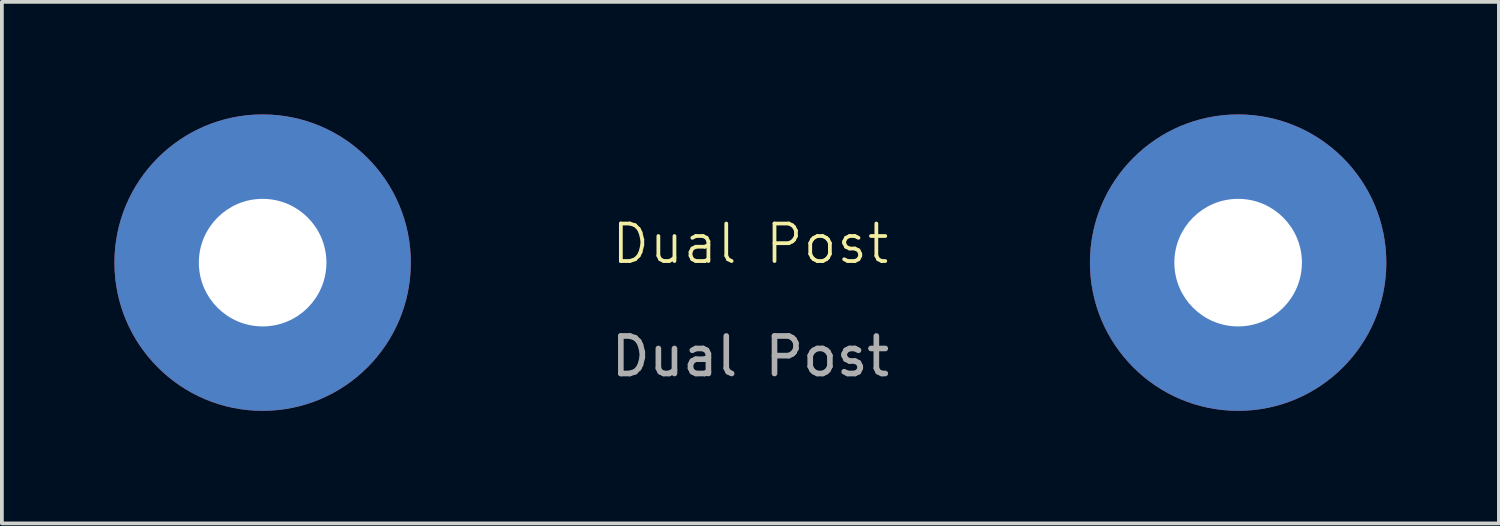
<source format=kicad_pcb>
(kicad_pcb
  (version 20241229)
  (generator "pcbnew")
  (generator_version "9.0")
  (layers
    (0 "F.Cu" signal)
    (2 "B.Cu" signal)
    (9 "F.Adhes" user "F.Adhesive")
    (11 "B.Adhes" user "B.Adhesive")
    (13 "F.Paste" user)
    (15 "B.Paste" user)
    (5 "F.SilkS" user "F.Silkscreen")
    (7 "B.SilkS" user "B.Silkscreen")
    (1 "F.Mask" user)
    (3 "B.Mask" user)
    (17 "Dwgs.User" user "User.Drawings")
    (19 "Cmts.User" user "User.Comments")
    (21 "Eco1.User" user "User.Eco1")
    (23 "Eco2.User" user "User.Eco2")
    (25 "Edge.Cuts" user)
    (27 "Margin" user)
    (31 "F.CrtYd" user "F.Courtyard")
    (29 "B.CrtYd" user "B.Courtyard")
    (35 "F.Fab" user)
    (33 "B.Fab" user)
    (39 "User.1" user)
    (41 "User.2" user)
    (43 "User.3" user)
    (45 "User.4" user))
  (footprint "Dual Post"
    (layer "F.Cu")
    (at 16.95 3.95)
    (property "Reference" "Dual Post" (at 0 -0.5 0) (unlocked yes) (layer "F.SilkS") (effects (font (size 1 1) (thickness 0.1))))
    (attr smd)
    (fp_text user "${REFERENCE}" (at 0 2.5 0) (unlocked yes) (layer "F.Fab") (effects (font (size 1 1) (thickness 0.15))))
    (pad "1" thru_hole circle (at -13 0) (size 7.9 7.9) (drill 3.4) (layers "*.Cu" "*.Mask"))
    (pad "2" thru_hole circle (at 13 0) (size 7.9 7.9) (drill 3.4) (layers "*.Cu" "*.Mask")))
  (gr_rect
    (start -3 -3)
    (end 36.9 10.9)
    (stroke (width 0.1) (type default))
    (fill no)
    (layer "Edge.Cuts")))
</source>
